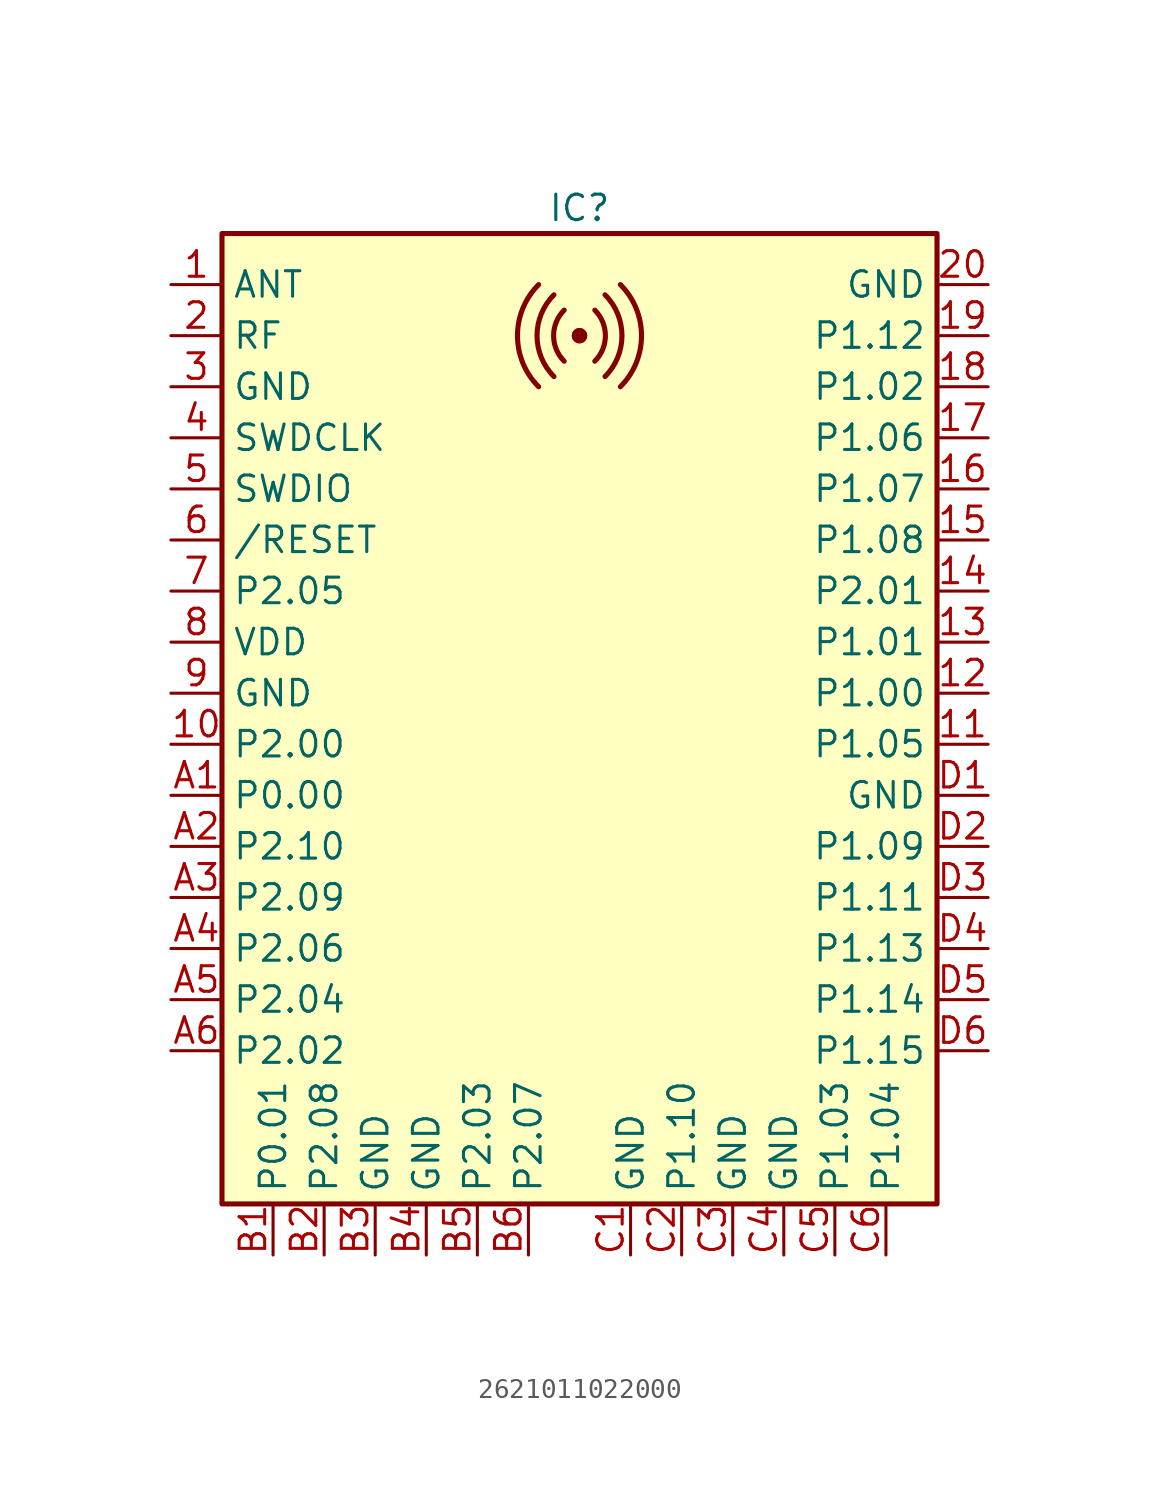
<source format=kicad_sym>
(kicad_symbol_lib
  (version 20220914)
  (generator kicad_symbol_editor)
  (symbol "2621011022000"
    (property "Reference" "IC"
      (at 0 24.13 0)
      (effects (font (size 1.27 1.27))))
    (symbol "2621011022000_0_0"
      (rectangle (start -17.78 22.86) (end 17.78 -25.4) (stroke (width 0.254) (type default)) (fill (type background)))
      (arc (start -2.032 20.32) (mid -3.0841 17.78) (end -2.032 15.24) (stroke (width 0.254) (type default)) (fill (type none)))
      (arc (start -1.27 19.812) (mid -2.1117 17.78) (end -1.27 15.748) (stroke (width 0.254) (type default)) (fill (type none)))
      (arc (start -0.762 19.05) (mid -1.2881 17.78) (end -0.762 16.51) (stroke (width 0.254) (type default)) (fill (type none)))
      (polyline (pts (xy 0.254 17.78) (xy -0.254 17.78)) (stroke (width 0.254) (type default)) (fill (type none)))
      (circle (center 0 17.78) (radius 0.254) (stroke (width 0.254) (type default)) (fill (type none)))
      (circle (center 0 17.78) (radius 0.254) (stroke (width 0.254) (type default)) (fill (type none)))
      (arc (start 0.762 16.51) (mid 1.2881 17.78) (end 0.762 19.05) (stroke (width 0.254) (type default)) (fill (type none)))
      (arc (start 1.27 15.748) (mid 2.1117 17.78) (end 1.27 19.812) (stroke (width 0.254) (type default)) (fill (type none)))
      (arc (start 2.032 15.24) (mid 3.0841 17.78) (end 2.032 20.32) (stroke (width 0.254) (type default)) (fill (type none))))
    (symbol "2621011022000_1_0"
      (pin bidirectional line (at -20.32 20.32 0) (length 2.54) (name "ANT" (effects (font (size 1.27 1.27)))) (number "1" (effects (font (size 1.27 1.27)))))
      (pin bidirectional line (at -20.32 -2.54 0) (length 2.54) (name "P2.00" (effects (font (size 1.27 1.27)))) (number "10" (effects (font (size 1.27 1.27)))))
      (pin bidirectional line (at 20.32 -2.54 180) (length 2.54) (name "P1.05" (effects (font (size 1.27 1.27)))) (number "11" (effects (font (size 1.27 1.27)))))
      (pin bidirectional line (at 20.32 0 180) (length 2.54) (name "P1.00" (effects (font (size 1.27 1.27)))) (number "12" (effects (font (size 1.27 1.27)))))
      (pin bidirectional line (at 20.32 2.54 180) (length 2.54) (name "P1.01" (effects (font (size 1.27 1.27)))) (number "13" (effects (font (size 1.27 1.27)))))
      (pin bidirectional line (at 20.32 5.08 180) (length 2.54) (name "P2.01" (effects (font (size 1.27 1.27)))) (number "14" (effects (font (size 1.27 1.27)))))
      (pin bidirectional line (at 20.32 7.62 180) (length 2.54) (name "P1.08" (effects (font (size 1.27 1.27)))) (number "15" (effects (font (size 1.27 1.27)))))
      (pin bidirectional line (at 20.32 10.16 180) (length 2.54) (name "P1.07" (effects (font (size 1.27 1.27)))) (number "16" (effects (font (size 1.27 1.27)))))
      (pin bidirectional line (at 20.32 12.7 180) (length 2.54) (name "P1.06" (effects (font (size 1.27 1.27)))) (number "17" (effects (font (size 1.27 1.27)))))
      (pin bidirectional line (at 20.32 15.24 180) (length 2.54) (name "P1.02" (effects (font (size 1.27 1.27)))) (number "18" (effects (font (size 1.27 1.27)))))
      (pin bidirectional line (at 20.32 17.78 180) (length 2.54) (name "P1.12" (effects (font (size 1.27 1.27)))) (number "19" (effects (font (size 1.27 1.27)))))
      (pin bidirectional line (at -20.32 17.78 0) (length 2.54) (name "RF" (effects (font (size 1.27 1.27)))) (number "2" (effects (font (size 1.27 1.27)))))
      (pin power_in line (at 20.32 20.32 180) (length 2.54) (name "GND" (effects (font (size 1.27 1.27)))) (number "20" (effects (font (size 1.27 1.27)))))
      (pin power_in line (at -20.32 15.24 0) (length 2.54) (name "GND" (effects (font (size 1.27 1.27)))) (number "3" (effects (font (size 1.27 1.27)))))
      (pin input line (at -20.32 12.7 0) (length 2.54) (name "SWDCLK" (effects (font (size 1.27 1.27)))) (number "4" (effects (font (size 1.27 1.27)))))
      (pin input line (at -20.32 10.16 0) (length 2.54) (name "SWDIO" (effects (font (size 1.27 1.27)))) (number "5" (effects (font (size 1.27 1.27)))))
      (pin input line (at -20.32 7.62 0) (length 2.54) (name "/RESET" (effects (font (size 1.27 1.27)))) (number "6" (effects (font (size 1.27 1.27)))))
      (pin bidirectional line (at -20.32 5.08 0) (length 2.54) (name "P2.05" (effects (font (size 1.27 1.27)))) (number "7" (effects (font (size 1.27 1.27)))))
      (pin power_in line (at -20.32 2.54 0) (length 2.54) (name "VDD" (effects (font (size 1.27 1.27)))) (number "8" (effects (font (size 1.27 1.27)))))
      (pin power_in line (at -20.32 0 0) (length 2.54) (name "GND" (effects (font (size 1.27 1.27)))) (number "9" (effects (font (size 1.27 1.27)))))
      (pin bidirectional line (at -20.32 -5.08 0) (length 2.54) (name "P0.00" (effects (font (size 1.27 1.27)))) (number "A1" (effects (font (size 1.27 1.27)))))
      (pin bidirectional line (at -20.32 -7.62 0) (length 2.54) (name "P2.10" (effects (font (size 1.27 1.27)))) (number "A2" (effects (font (size 1.27 1.27)))))
      (pin bidirectional line (at -20.32 -10.16 0) (length 2.54) (name "P2.09" (effects (font (size 1.27 1.27)))) (number "A3" (effects (font (size 1.27 1.27)))))
      (pin bidirectional line (at -20.32 -12.7 0) (length 2.54) (name "P2.06" (effects (font (size 1.27 1.27)))) (number "A4" (effects (font (size 1.27 1.27)))))
      (pin bidirectional line (at -20.32 -15.24 0) (length 2.54) (name "P2.04" (effects (font (size 1.27 1.27)))) (number "A5" (effects (font (size 1.27 1.27)))))
      (pin bidirectional line (at -20.32 -17.78 0) (length 2.54) (name "P2.02" (effects (font (size 1.27 1.27)))) (number "A6" (effects (font (size 1.27 1.27)))))
      (pin bidirectional line (at -15.24 -27.94 90) (length 2.54) (name "P0.01" (effects (font (size 1.27 1.27)))) (number "B1" (effects (font (size 1.27 1.27)))))
      (pin bidirectional line (at -12.7 -27.94 90) (length 2.54) (name "P2.08" (effects (font (size 1.27 1.27)))) (number "B2" (effects (font (size 1.27 1.27)))))
      (pin power_in line (at -10.16 -27.94 90) (length 2.54) (name "GND" (effects (font (size 1.27 1.27)))) (number "B3" (effects (font (size 1.27 1.27)))))
      (pin power_in line (at -7.62 -27.94 90) (length 2.54) (name "GND" (effects (font (size 1.27 1.27)))) (number "B4" (effects (font (size 1.27 1.27)))))
      (pin bidirectional line (at -5.08 -27.94 90) (length 2.54) (name "P2.03" (effects (font (size 1.27 1.27)))) (number "B5" (effects (font (size 1.27 1.27)))))
      (pin bidirectional line (at -2.54 -27.94 90) (length 2.54) (name "P2.07" (effects (font (size 1.27 1.27)))) (number "B6" (effects (font (size 1.27 1.27)))))
      (pin power_in line (at 2.54 -27.94 90) (length 2.54) (name "GND" (effects (font (size 1.27 1.27)))) (number "C1" (effects (font (size 1.27 1.27)))))
      (pin bidirectional line (at 5.08 -27.94 90) (length 2.54) (name "P1.10" (effects (font (size 1.27 1.27)))) (number "C2" (effects (font (size 1.27 1.27)))))
      (pin power_in line (at 7.62 -27.94 90) (length 2.54) (name "GND" (effects (font (size 1.27 1.27)))) (number "C3" (effects (font (size 1.27 1.27)))))
      (pin power_in line (at 10.16 -27.94 90) (length 2.54) (name "GND" (effects (font (size 1.27 1.27)))) (number "C4" (effects (font (size 1.27 1.27)))))
      (pin bidirectional line (at 12.7 -27.94 90) (length 2.54) (name "P1.03" (effects (font (size 1.27 1.27)))) (number "C5" (effects (font (size 1.27 1.27)))))
      (pin bidirectional line (at 15.24 -27.94 90) (length 2.54) (name "P1.04" (effects (font (size 1.27 1.27)))) (number "C6" (effects (font (size 1.27 1.27)))))
      (pin power_in line (at 20.32 -5.08 180) (length 2.54) (name "GND" (effects (font (size 1.27 1.27)))) (number "D1" (effects (font (size 1.27 1.27)))))
      (pin bidirectional line (at 20.32 -7.62 180) (length 2.54) (name "P1.09" (effects (font (size 1.27 1.27)))) (number "D2" (effects (font (size 1.27 1.27)))))
      (pin bidirectional line (at 20.32 -10.16 180) (length 2.54) (name "P1.11" (effects (font (size 1.27 1.27)))) (number "D3" (effects (font (size 1.27 1.27)))))
      (pin bidirectional line (at 20.32 -12.7 180) (length 2.54) (name "P1.13" (effects (font (size 1.27 1.27)))) (number "D4" (effects (font (size 1.27 1.27)))))
      (pin bidirectional line (at 20.32 -15.24 180) (length 2.54) (name "P1.14" (effects (font (size 1.27 1.27)))) (number "D5" (effects (font (size 1.27 1.27)))))
      (pin bidirectional line (at 20.32 -17.78 180) (length 2.54) (name "P1.15" (effects (font (size 1.27 1.27)))) (number "D6" (effects (font (size 1.27 1.27))))))))
</source>
